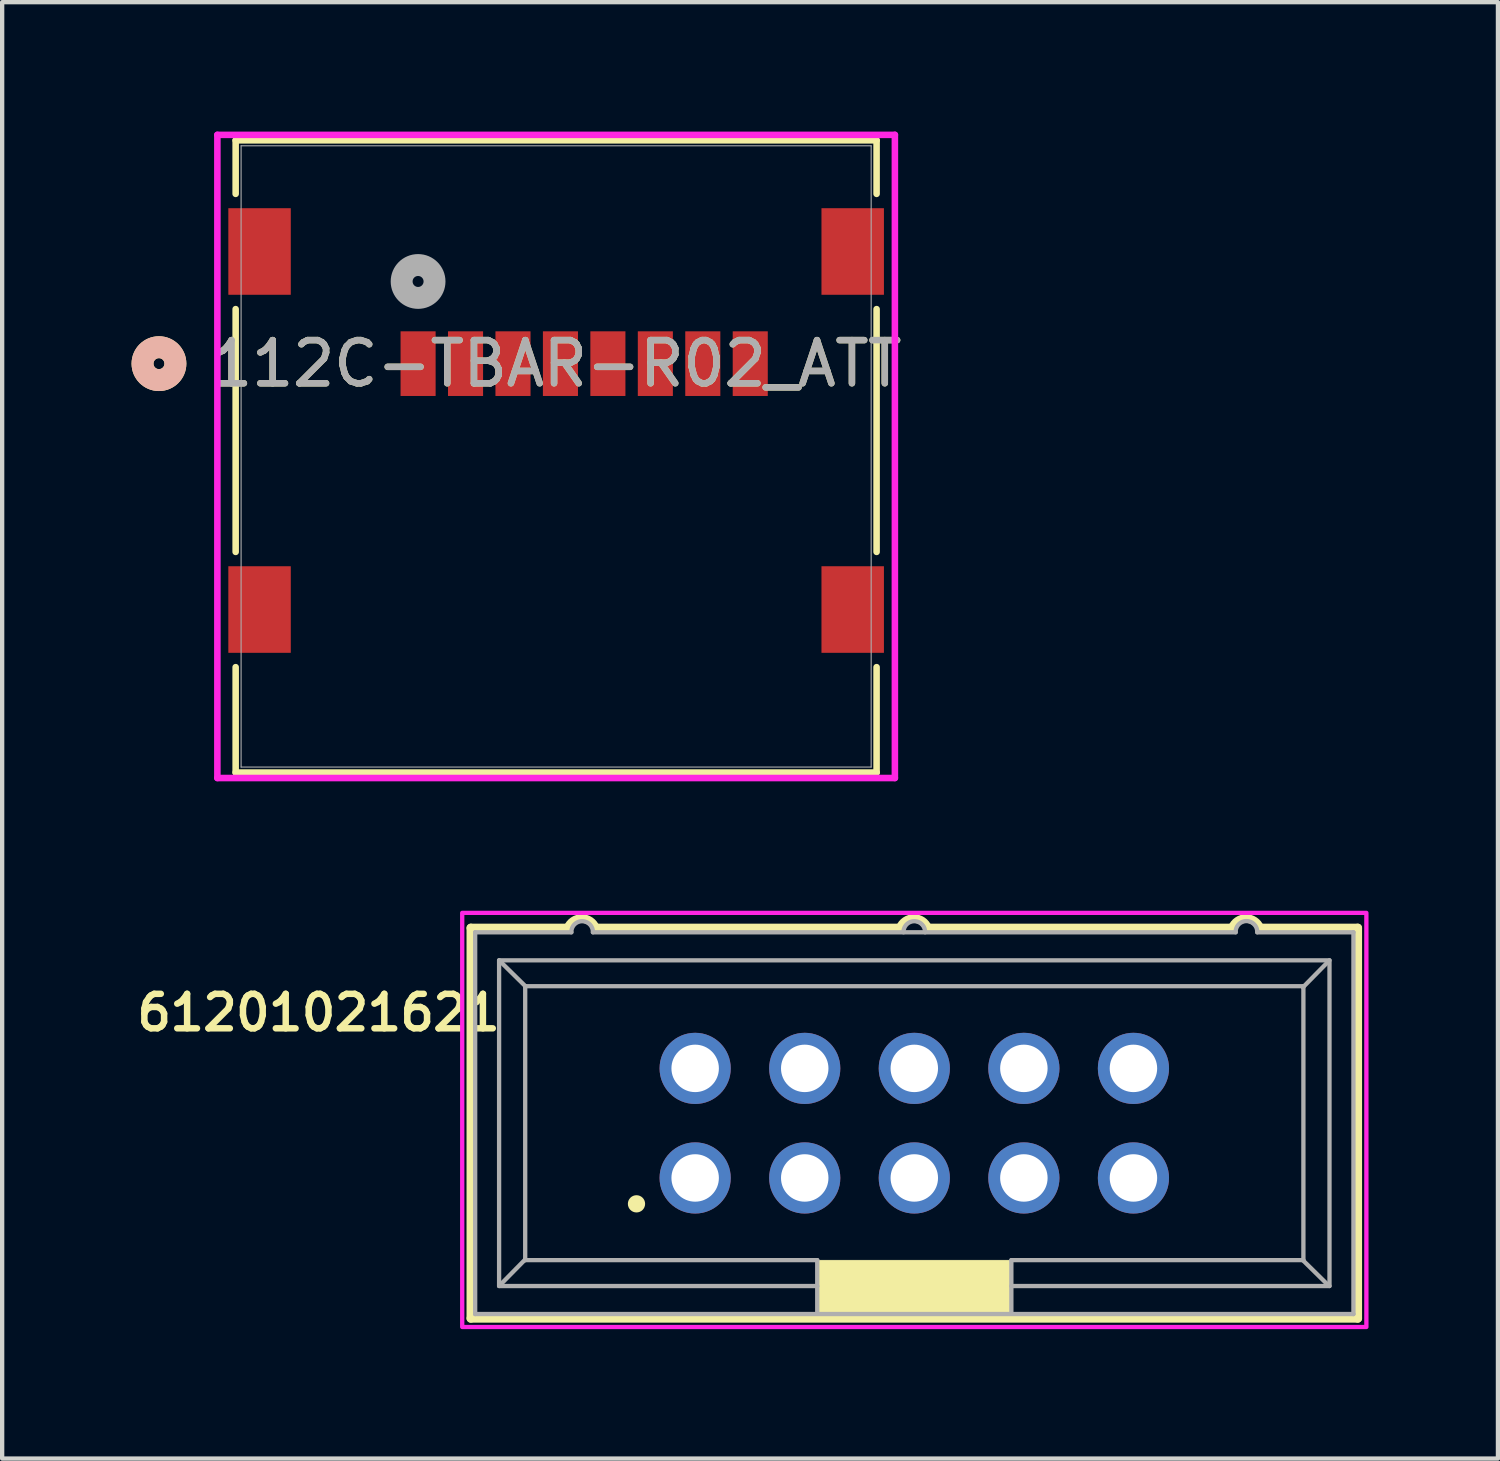
<source format=kicad_pcb>
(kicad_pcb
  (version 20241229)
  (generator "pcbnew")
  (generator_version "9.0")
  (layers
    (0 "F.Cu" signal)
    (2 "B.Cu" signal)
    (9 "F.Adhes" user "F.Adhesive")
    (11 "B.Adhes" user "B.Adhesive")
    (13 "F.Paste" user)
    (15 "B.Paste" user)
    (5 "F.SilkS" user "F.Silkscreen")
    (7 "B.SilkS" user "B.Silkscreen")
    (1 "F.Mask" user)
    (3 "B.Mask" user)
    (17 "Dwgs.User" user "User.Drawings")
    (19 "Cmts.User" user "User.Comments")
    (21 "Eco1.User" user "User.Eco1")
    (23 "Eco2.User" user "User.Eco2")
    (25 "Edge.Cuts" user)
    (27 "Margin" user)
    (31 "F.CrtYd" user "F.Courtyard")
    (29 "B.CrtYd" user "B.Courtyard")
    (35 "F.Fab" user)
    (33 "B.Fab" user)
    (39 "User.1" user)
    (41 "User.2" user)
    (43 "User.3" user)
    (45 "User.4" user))
  (footprint "112C-TBAR-R02_ATT"
    (layer "F.Cu")
    (at 9.842 7.531)
    (property "Reference" "112C-TBAR-R02_ATT" (at 0 -2.151 0) (unlocked yes) (layer "F.SilkS") (effects (font (size 1 1) (thickness 0.15))))
    (attr smd)
    (fp_line (start -7.429 -7.328) (end -7.429 -6.087) (stroke (width 0.152) (type solid)) (layer "F.SilkS"))
    (fp_line (start -7.429 -3.415) (end -7.429 2.213) (stroke (width 0.152) (type solid)) (layer "F.SilkS"))
    (fp_line (start -7.429 4.885) (end -7.429 7.328) (stroke (width 0.152) (type solid)) (layer "F.SilkS"))
    (fp_line (start -7.429 7.328) (end 7.429 7.328) (stroke (width 0.152) (type solid)) (layer "F.SilkS"))
    (fp_line (start 7.429 -7.328) (end -7.429 -7.328) (stroke (width 0.152) (type solid)) (layer "F.SilkS"))
    (fp_line (start 7.429 -6.087) (end 7.429 -7.328) (stroke (width 0.152) (type solid)) (layer "F.SilkS"))
    (fp_line (start 7.429 2.213) (end 7.429 -3.415) (stroke (width 0.152) (type solid)) (layer "F.SilkS"))
    (fp_line (start 7.429 7.328) (end 7.429 4.885) (stroke (width 0.152) (type solid)) (layer "F.SilkS"))
    (fp_circle (center -9.207 -2.151) (end -8.826 -2.151) (stroke (width 0.508) (type solid)) (fill no) (layer "F.SilkS"))
    (fp_circle (center -9.207 -2.151) (end -8.826 -2.151) (stroke (width 0.508) (type solid)) (fill no) (layer "B.SilkS"))
    (fp_line (start -7.853 -7.455) (end -7.853 7.455) (stroke (width 0.152) (type solid)) (layer "F.CrtYd"))
    (fp_line (start -7.853 7.455) (end 7.853 7.455) (stroke (width 0.152) (type solid)) (layer "F.CrtYd"))
    (fp_line (start 7.853 -7.455) (end -7.853 -7.455) (stroke (width 0.152) (type solid)) (layer "F.CrtYd"))
    (fp_line (start 7.853 7.455) (end 7.853 -7.455) (stroke (width 0.152) (type solid)) (layer "F.CrtYd"))
    (fp_line (start -7.303 -7.201) (end -7.303 7.201) (stroke (width 0.025) (type solid)) (layer "F.Fab"))
    (fp_line (start -7.303 7.201) (end 7.303 7.201) (stroke (width 0.025) (type solid)) (layer "F.Fab"))
    (fp_line (start 7.303 -7.201) (end -7.303 -7.201) (stroke (width 0.025) (type solid)) (layer "F.Fab"))
    (fp_line (start 7.303 7.201) (end 7.303 -7.201) (stroke (width 0.025) (type solid)) (layer "F.Fab"))
    (fp_circle (center -3.2 -4.056) (end -2.819 -4.056) (stroke (width 0.508) (type solid)) (fill no) (layer "F.Fab"))
    (fp_text user "${REFERENCE}" (at 0 -2.151 0) (unlocked yes) (layer "F.Fab") (effects (font (size 1 1) (thickness 0.15))))
    (pad "1" smd rect (at -3.2 -2.151) (size 0.813 1.499) (layers "F.Cu" "F.Mask" "F.Paste"))
    (pad "2" smd rect (at -2.1 -2.151) (size 0.813 1.499) (layers "F.Cu" "F.Mask" "F.Paste"))
    (pad "3" smd rect (at -1 -2.151) (size 0.813 1.499) (layers "F.Cu" "F.Mask" "F.Paste"))
    (pad "4" smd rect (at 0.1 -2.151) (size 0.813 1.499) (layers "F.Cu" "F.Mask" "F.Paste"))
    (pad "5" smd rect (at 1.2 -2.151) (size 0.813 1.499) (layers "F.Cu" "F.Mask" "F.Paste"))
    (pad "6" smd rect (at 2.3 -2.151) (size 0.813 1.499) (layers "F.Cu" "F.Mask" "F.Paste"))
    (pad "7" smd rect (at 3.4 -2.151) (size 0.813 1.499) (layers "F.Cu" "F.Mask" "F.Paste"))
    (pad "8" smd rect (at 4.5 -2.151) (size 0.813 1.499) (layers "F.Cu" "F.Mask" "F.Paste"))
    (pad "9" smd rect (at -6.875 3.549) (size 1.448 2.007) (layers "F.Cu" "F.Mask" "F.Paste"))
    (pad "10" smd rect (at 6.875 3.549) (size 1.448 2.007) (layers "F.Cu" "F.Mask" "F.Paste"))
    (pad "11" smd rect (at -6.875 -4.751) (size 1.448 2.007) (layers "F.Cu" "F.Mask" "F.Paste"))
    (pad "12" smd rect (at 6.875 -4.751) (size 1.448 2.007) (layers "F.Cu" "F.Mask" "F.Paste")))
  (footprint "61201021621"
    (layer "F.Cu")
    (at 18.145 22.987)
    (property "Reference" "61201021621" (at -13.81 -2.561 0) (layer "F.SilkS") (effects (font (size 0.8 0.8) (thickness 0.15))))
    (attr through_hole)
    (fp_line (start -10.28 -4.525) (end -10.28 4.525) (stroke (width 0.2) (type solid)) (layer "F.SilkS"))
    (fp_line (start -10.28 4.525) (end 10.28 4.525) (stroke (width 0.2) (type solid)) (layer "F.SilkS"))
    (fp_line (start -8.03 -4.525) (end -10.28 -4.525) (stroke (width 0.2) (type solid)) (layer "F.SilkS"))
    (fp_line (start -0.33 -4.525) (end -7.39 -4.525) (stroke (width 0.2) (type solid)) (layer "F.SilkS"))
    (fp_line (start 7.37 -4.525) (end 0.31 -4.525) (stroke (width 0.2) (type solid)) (layer "F.SilkS"))
    (fp_line (start 8.01 -4.525) (end 10.28 -4.525) (stroke (width 0.2) (type solid)) (layer "F.SilkS"))
    (fp_line (start 10.28 4.525) (end 10.28 -4.525) (stroke (width 0.2) (type solid)) (layer "F.SilkS"))
    (fp_arc (start -8.03 -4.525) (mid -7.71 -4.743547) (end -7.39 -4.525) (stroke (width 0.2) (type solid)) (layer "F.SilkS"))
    (fp_arc (start -0.33 -4.525) (mid -0.01 -4.743547) (end 0.31 -4.525) (stroke (width 0.2) (type solid)) (layer "F.SilkS"))
    (fp_arc (start 7.37 -4.525) (mid 7.69 -4.743547) (end 8.01 -4.525) (stroke (width 0.2) (type solid)) (layer "F.SilkS"))
    (fp_circle (center -6.44 1.87) (end -6.34 1.87) (stroke (width 0.2) (type solid)) (fill no) (layer "F.SilkS"))
    (fp_poly (pts (xy -2.25 3.175) (xy 2.25 3.175) (xy 2.25 4.425) (xy -2.25 4.425)) (stroke (width 0.01) (type solid)) (fill yes) (layer "F.SilkS"))
    (fp_poly (pts (xy -10.48 -4.875) (xy 10.48 -4.875) (xy 10.48 4.725) (xy -10.48 4.725)) (stroke (width 0.1) (type solid)) (fill no) (layer "F.CrtYd"))
    (fp_line (start -10.18 -4.425) (end -7.95 -4.425) (stroke (width 0.1) (type solid)) (layer "F.Fab"))
    (fp_line (start -10.18 4.425) (end -10.18 -4.425) (stroke (width 0.1) (type solid)) (layer "F.Fab"))
    (fp_line (start -9.625 -3.775) (end 9.625 -3.775) (stroke (width 0.1) (type solid)) (layer "F.Fab"))
    (fp_line (start -9.625 3.775) (end -9.625 -3.775) (stroke (width 0.1) (type solid)) (layer "F.Fab"))
    (fp_line (start -9.02 -3.175) (end 9.02 -3.175) (stroke (width 0.1) (type solid)) (layer "F.Fab"))
    (fp_line (start -9.02 3.16) (end -9.62 3.77) (stroke (width 0.1) (type solid)) (layer "F.Fab"))
    (fp_line (start -9.02 3.16) (end -9.02 -3.175) (stroke (width 0.1) (type solid)) (layer "F.Fab"))
    (fp_line (start -9.02 3.175) (end -9.02 3.16) (stroke (width 0.1) (type solid)) (layer "F.Fab"))
    (fp_line (start -9.01 -3.17) (end -9.62 -3.77) (stroke (width 0.1) (type solid)) (layer "F.Fab"))
    (fp_line (start -7.45 -4.425) (end 7.45 -4.425) (stroke (width 0.1) (type solid)) (layer "F.Fab"))
    (fp_line (start -2.25 3.175) (end -9.02 3.175) (stroke (width 0.1) (type solid)) (layer "F.Fab"))
    (fp_line (start -2.25 3.175) (end -2.25 3.775) (stroke (width 0.1) (type solid)) (layer "F.Fab"))
    (fp_line (start -2.25 3.775) (end -9.625 3.775) (stroke (width 0.1) (type solid)) (layer "F.Fab"))
    (fp_line (start -2.25 3.795) (end -2.25 4.395) (stroke (width 0.1) (type solid)) (layer "F.Fab"))
    (fp_line (start 2.25 3.175) (end 2.25 3.775) (stroke (width 0.1) (type solid)) (layer "F.Fab"))
    (fp_line (start 2.25 3.815) (end 2.25 4.415) (stroke (width 0.1) (type solid)) (layer "F.Fab"))
    (fp_line (start 7.95 -4.425) (end 10.18 -4.425) (stroke (width 0.1) (type solid)) (layer "F.Fab"))
    (fp_line (start 9 3.17) (end 9.61 3.77) (stroke (width 0.1) (type solid)) (layer "F.Fab"))
    (fp_line (start 9.01 -3.15) (end 9.61 -3.76) (stroke (width 0.1) (type solid)) (layer "F.Fab"))
    (fp_line (start 9.02 -3.175) (end 9.02 3.175) (stroke (width 0.1) (type solid)) (layer "F.Fab"))
    (fp_line (start 9.02 3.175) (end 2.25 3.175) (stroke (width 0.1) (type solid)) (layer "F.Fab"))
    (fp_line (start 9.625 -3.775) (end 9.625 3.775) (stroke (width 0.1) (type solid)) (layer "F.Fab"))
    (fp_line (start 9.625 3.775) (end 2.25 3.775) (stroke (width 0.1) (type solid)) (layer "F.Fab"))
    (fp_line (start 10.18 -4.425) (end 10.18 4.425) (stroke (width 0.1) (type solid)) (layer "F.Fab"))
    (fp_line (start 10.18 4.425) (end -10.18 4.425) (stroke (width 0.1) (type solid)) (layer "F.Fab"))
    (fp_arc (start -7.95 -4.425) (mid -7.7 -4.680051) (end -7.45 -4.425) (stroke (width 0.1) (type solid)) (layer "F.Fab"))
    (fp_arc (start -0.25 -4.425) (mid 0 -4.680051) (end 0.25 -4.425) (stroke (width 0.1) (type solid)) (layer "F.Fab"))
    (fp_arc (start 7.45 -4.425) (mid 7.7 -4.685195) (end 7.95 -4.425) (stroke (width 0.1) (type solid)) (layer "F.Fab"))
    (pad "1" thru_hole circle (at -5.08 1.27) (size 1.65 1.65) (drill 1.1) (layers "*.Cu" "*.Mask"))
    (pad "2" thru_hole circle (at -5.08 -1.27) (size 1.65 1.65) (drill 1.1) (layers "*.Cu" "*.Mask"))
    (pad "3" thru_hole circle (at -2.54 1.27) (size 1.65 1.65) (drill 1.1) (layers "*.Cu" "*.Mask"))
    (pad "4" thru_hole circle (at -2.54 -1.27) (size 1.65 1.65) (drill 1.1) (layers "*.Cu" "*.Mask"))
    (pad "5" thru_hole circle (at 0 1.27) (size 1.65 1.65) (drill 1.1) (layers "*.Cu" "*.Mask"))
    (pad "6" thru_hole circle (at 0 -1.27) (size 1.65 1.65) (drill 1.1) (layers "*.Cu" "*.Mask"))
    (pad "7" thru_hole circle (at 2.54 1.27) (size 1.65 1.65) (drill 1.1) (layers "*.Cu" "*.Mask"))
    (pad "8" thru_hole circle (at 2.54 -1.27) (size 1.65 1.65) (drill 1.1) (layers "*.Cu" "*.Mask"))
    (pad "9" thru_hole circle (at 5.08 1.27) (size 1.65 1.65) (drill 1.1) (layers "*.Cu" "*.Mask"))
    (pad "10" thru_hole circle (at 5.08 -1.27) (size 1.65 1.65) (drill 1.1) (layers "*.Cu" "*.Mask")))
  (gr_rect
    (start -3 -3)
    (end 31.675 30.762)
    (stroke (width 0.1) (type default))
    (fill no)
    (layer "Edge.Cuts")))
</source>
